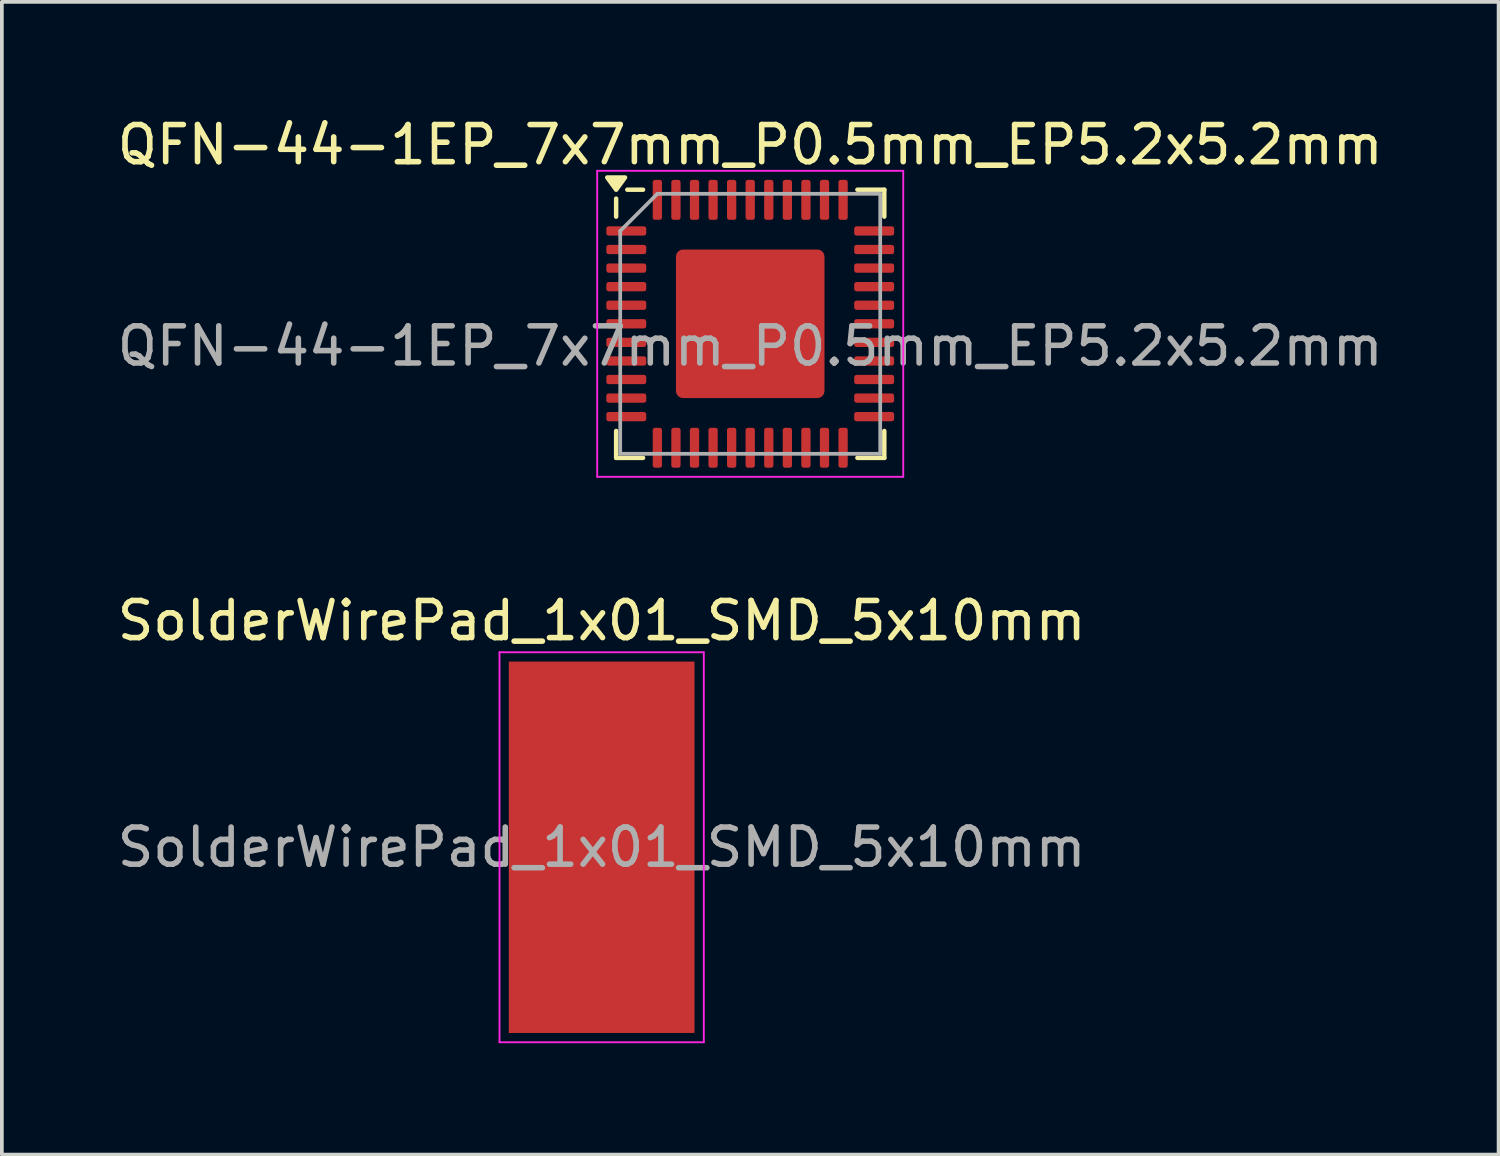
<source format=kicad_pcb>
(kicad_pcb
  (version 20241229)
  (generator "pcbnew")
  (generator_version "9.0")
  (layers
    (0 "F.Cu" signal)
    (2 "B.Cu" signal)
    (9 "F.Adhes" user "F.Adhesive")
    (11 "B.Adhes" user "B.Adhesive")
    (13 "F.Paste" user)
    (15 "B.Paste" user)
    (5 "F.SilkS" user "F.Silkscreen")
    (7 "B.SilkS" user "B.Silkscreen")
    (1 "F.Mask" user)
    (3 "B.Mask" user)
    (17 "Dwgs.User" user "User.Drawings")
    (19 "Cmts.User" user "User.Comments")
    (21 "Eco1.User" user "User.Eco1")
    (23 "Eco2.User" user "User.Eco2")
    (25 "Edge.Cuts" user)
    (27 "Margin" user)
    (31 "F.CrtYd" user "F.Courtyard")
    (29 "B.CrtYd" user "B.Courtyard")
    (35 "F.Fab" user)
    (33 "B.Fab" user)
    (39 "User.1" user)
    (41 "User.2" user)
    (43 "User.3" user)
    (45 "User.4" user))
  (footprint "QFN-44-1EP_7x7mm_P0.5mm_EP5.2x5.2mm"
    (layer "F.Cu")
    (at 17.149 5.668)
    (property "Reference" "QFN-44-1EP_7x7mm_P0.5mm_EP5.2x5.2mm" (at 0 -4.82 0) (layer "F.SilkS") (effects (font (size 1 1) (thickness 0.15))))
    (attr smd)
    (fp_line (start -3.61 -2.885) (end -3.61 -3.37) (stroke (width 0.12) (type solid)) (layer "F.SilkS"))
    (fp_line (start -3.61 3.61) (end -3.61 2.885) (stroke (width 0.12) (type solid)) (layer "F.SilkS"))
    (fp_line (start -2.885 -3.61) (end -3.31 -3.61) (stroke (width 0.12) (type solid)) (layer "F.SilkS"))
    (fp_line (start -2.885 3.61) (end -3.61 3.61) (stroke (width 0.12) (type solid)) (layer "F.SilkS"))
    (fp_line (start 2.885 -3.61) (end 3.61 -3.61) (stroke (width 0.12) (type solid)) (layer "F.SilkS"))
    (fp_line (start 2.885 3.61) (end 3.61 3.61) (stroke (width 0.12) (type solid)) (layer "F.SilkS"))
    (fp_line (start 3.61 -3.61) (end 3.61 -2.885) (stroke (width 0.12) (type solid)) (layer "F.SilkS"))
    (fp_line (start 3.61 3.61) (end 3.61 2.885) (stroke (width 0.12) (type solid)) (layer "F.SilkS"))
    (fp_poly (pts (xy -3.61 -3.61) (xy -3.85 -3.94) (xy -3.37 -3.94) (xy -3.61 -3.61)) (stroke (width 0.12) (type solid)) (fill yes) (layer "F.SilkS"))
    (fp_line (start -4.12 -4.12) (end -4.12 4.12) (stroke (width 0.05) (type solid)) (layer "F.CrtYd"))
    (fp_line (start -4.12 4.12) (end 4.12 4.12) (stroke (width 0.05) (type solid)) (layer "F.CrtYd"))
    (fp_line (start 4.12 -4.12) (end -4.12 -4.12) (stroke (width 0.05) (type solid)) (layer "F.CrtYd"))
    (fp_line (start 4.12 4.12) (end 4.12 -4.12) (stroke (width 0.05) (type solid)) (layer "F.CrtYd"))
    (fp_line (start -3.5 -2.5) (end -2.5 -3.5) (stroke (width 0.1) (type solid)) (layer "F.Fab"))
    (fp_line (start -3.5 3.5) (end -3.5 -2.5) (stroke (width 0.1) (type solid)) (layer "F.Fab"))
    (fp_line (start -2.5 -3.5) (end 3.5 -3.5) (stroke (width 0.1) (type solid)) (layer "F.Fab"))
    (fp_line (start 3.5 -3.5) (end 3.5 3.5) (stroke (width 0.1) (type solid)) (layer "F.Fab"))
    (fp_line (start 3.5 3.5) (end -3.5 3.5) (stroke (width 0.1) (type solid)) (layer "F.Fab"))
    (fp_text user "${REFERENCE}" (at 0 0.6 0) (layer "F.Fab") (effects (font (size 1 1) (thickness 0.15))))
    (pad "" smd roundrect (at -1.3 -1.3) (size 1.05 1.05) (layers "F.Paste") (roundrect_rratio 0.238))
    (pad "" smd roundrect (at -1.3 0) (size 1.05 1.05) (layers "F.Paste") (roundrect_rratio 0.238))
    (pad "" smd roundrect (at -1.3 1.3) (size 1.05 1.05) (layers "F.Paste") (roundrect_rratio 0.238))
    (pad "" smd roundrect (at 0 -1.3) (size 1.05 1.05) (layers "F.Paste") (roundrect_rratio 0.238))
    (pad "" smd roundrect (at 0 0) (size 1.05 1.05) (layers "F.Paste") (roundrect_rratio 0.238))
    (pad "" smd roundrect (at 0 1.3) (size 1.05 1.05) (layers "F.Paste") (roundrect_rratio 0.238))
    (pad "" smd roundrect (at 1.3 -1.3) (size 1.05 1.05) (layers "F.Paste") (roundrect_rratio 0.238))
    (pad "" smd roundrect (at 1.3 0) (size 1.05 1.05) (layers "F.Paste") (roundrect_rratio 0.238))
    (pad "" smd roundrect (at 1.3 1.3) (size 1.05 1.05) (layers "F.Paste") (roundrect_rratio 0.238))
    (pad "1" smd roundrect (at -3.337 -2.5) (size 1.075 0.25) (layers "F.Cu" "F.Mask" "F.Paste") (roundrect_rratio 0.25))
    (pad "2" smd roundrect (at -3.337 -2) (size 1.075 0.25) (layers "F.Cu" "F.Mask" "F.Paste") (roundrect_rratio 0.25))
    (pad "3" smd roundrect (at -3.337 -1.5) (size 1.075 0.25) (layers "F.Cu" "F.Mask" "F.Paste") (roundrect_rratio 0.25))
    (pad "4" smd roundrect (at -3.337 -1) (size 1.075 0.25) (layers "F.Cu" "F.Mask" "F.Paste") (roundrect_rratio 0.25))
    (pad "5" smd roundrect (at -3.337 -0.5) (size 1.075 0.25) (layers "F.Cu" "F.Mask" "F.Paste") (roundrect_rratio 0.25))
    (pad "6" smd roundrect (at -3.337 0) (size 1.075 0.25) (layers "F.Cu" "F.Mask" "F.Paste") (roundrect_rratio 0.25))
    (pad "7" smd roundrect (at -3.337 0.5) (size 1.075 0.25) (layers "F.Cu" "F.Mask" "F.Paste") (roundrect_rratio 0.25))
    (pad "8" smd roundrect (at -3.337 1) (size 1.075 0.25) (layers "F.Cu" "F.Mask" "F.Paste") (roundrect_rratio 0.25))
    (pad "9" smd roundrect (at -3.337 1.5) (size 1.075 0.25) (layers "F.Cu" "F.Mask" "F.Paste") (roundrect_rratio 0.25))
    (pad "10" smd roundrect (at -3.337 2) (size 1.075 0.25) (layers "F.Cu" "F.Mask" "F.Paste") (roundrect_rratio 0.25))
    (pad "11" smd roundrect (at -3.337 2.5) (size 1.075 0.25) (layers "F.Cu" "F.Mask" "F.Paste") (roundrect_rratio 0.25))
    (pad "12" smd roundrect (at -2.5 3.337) (size 0.25 1.075) (layers "F.Cu" "F.Mask" "F.Paste") (roundrect_rratio 0.25))
    (pad "13" smd roundrect (at -2 3.337) (size 0.25 1.075) (layers "F.Cu" "F.Mask" "F.Paste") (roundrect_rratio 0.25))
    (pad "14" smd roundrect (at -1.5 3.337) (size 0.25 1.075) (layers "F.Cu" "F.Mask" "F.Paste") (roundrect_rratio 0.25))
    (pad "15" smd roundrect (at -1 3.337) (size 0.25 1.075) (layers "F.Cu" "F.Mask" "F.Paste") (roundrect_rratio 0.25))
    (pad "16" smd roundrect (at -0.5 3.337) (size 0.25 1.075) (layers "F.Cu" "F.Mask" "F.Paste") (roundrect_rratio 0.25))
    (pad "17" smd roundrect (at 0 3.337) (size 0.25 1.075) (layers "F.Cu" "F.Mask" "F.Paste") (roundrect_rratio 0.25))
    (pad "18" smd roundrect (at 0.5 3.337) (size 0.25 1.075) (layers "F.Cu" "F.Mask" "F.Paste") (roundrect_rratio 0.25))
    (pad "19" smd roundrect (at 1 3.337) (size 0.25 1.075) (layers "F.Cu" "F.Mask" "F.Paste") (roundrect_rratio 0.25))
    (pad "20" smd roundrect (at 1.5 3.337) (size 0.25 1.075) (layers "F.Cu" "F.Mask" "F.Paste") (roundrect_rratio 0.25))
    (pad "21" smd roundrect (at 2 3.337) (size 0.25 1.075) (layers "F.Cu" "F.Mask" "F.Paste") (roundrect_rratio 0.25))
    (pad "22" smd roundrect (at 2.5 3.337) (size 0.25 1.075) (layers "F.Cu" "F.Mask" "F.Paste") (roundrect_rratio 0.25))
    (pad "23" smd roundrect (at 3.337 2.5) (size 1.075 0.25) (layers "F.Cu" "F.Mask" "F.Paste") (roundrect_rratio 0.25))
    (pad "24" smd roundrect (at 3.337 2) (size 1.075 0.25) (layers "F.Cu" "F.Mask" "F.Paste") (roundrect_rratio 0.25))
    (pad "25" smd roundrect (at 3.337 1.5) (size 1.075 0.25) (layers "F.Cu" "F.Mask" "F.Paste") (roundrect_rratio 0.25))
    (pad "26" smd roundrect (at 3.337 1) (size 1.075 0.25) (layers "F.Cu" "F.Mask" "F.Paste") (roundrect_rratio 0.25))
    (pad "27" smd roundrect (at 3.337 0.5) (size 1.075 0.25) (layers "F.Cu" "F.Mask" "F.Paste") (roundrect_rratio 0.25))
    (pad "28" smd roundrect (at 3.337 0) (size 1.075 0.25) (layers "F.Cu" "F.Mask" "F.Paste") (roundrect_rratio 0.25))
    (pad "29" smd roundrect (at 3.337 -0.5) (size 1.075 0.25) (layers "F.Cu" "F.Mask" "F.Paste") (roundrect_rratio 0.25))
    (pad "30" smd roundrect (at 3.337 -1) (size 1.075 0.25) (layers "F.Cu" "F.Mask" "F.Paste") (roundrect_rratio 0.25))
    (pad "31" smd roundrect (at 3.337 -1.5) (size 1.075 0.25) (layers "F.Cu" "F.Mask" "F.Paste") (roundrect_rratio 0.25))
    (pad "32" smd roundrect (at 3.337 -2) (size 1.075 0.25) (layers "F.Cu" "F.Mask" "F.Paste") (roundrect_rratio 0.25))
    (pad "33" smd roundrect (at 3.337 -2.5) (size 1.075 0.25) (layers "F.Cu" "F.Mask" "F.Paste") (roundrect_rratio 0.25))
    (pad "34" smd roundrect (at 2.5 -3.337) (size 0.25 1.075) (layers "F.Cu" "F.Mask" "F.Paste") (roundrect_rratio 0.25))
    (pad "35" smd roundrect (at 2 -3.337) (size 0.25 1.075) (layers "F.Cu" "F.Mask" "F.Paste") (roundrect_rratio 0.25))
    (pad "36" smd roundrect (at 1.5 -3.337) (size 0.25 1.075) (layers "F.Cu" "F.Mask" "F.Paste") (roundrect_rratio 0.25))
    (pad "37" smd roundrect (at 1 -3.337) (size 0.25 1.075) (layers "F.Cu" "F.Mask" "F.Paste") (roundrect_rratio 0.25))
    (pad "38" smd roundrect (at 0.5 -3.337) (size 0.25 1.075) (layers "F.Cu" "F.Mask" "F.Paste") (roundrect_rratio 0.25))
    (pad "39" smd roundrect (at 0 -3.337) (size 0.25 1.075) (layers "F.Cu" "F.Mask" "F.Paste") (roundrect_rratio 0.25))
    (pad "40" smd roundrect (at -0.5 -3.337) (size 0.25 1.075) (layers "F.Cu" "F.Mask" "F.Paste") (roundrect_rratio 0.25))
    (pad "41" smd roundrect (at -1 -3.337) (size 0.25 1.075) (layers "F.Cu" "F.Mask" "F.Paste") (roundrect_rratio 0.25))
    (pad "42" smd roundrect (at -1.5 -3.337) (size 0.25 1.075) (layers "F.Cu" "F.Mask" "F.Paste") (roundrect_rratio 0.25))
    (pad "43" smd roundrect (at -2 -3.337) (size 0.25 1.075) (layers "F.Cu" "F.Mask" "F.Paste") (roundrect_rratio 0.25))
    (pad "44" smd roundrect (at -2.5 -3.337) (size 0.25 1.075) (layers "F.Cu" "F.Mask" "F.Paste") (roundrect_rratio 0.25))
    (pad "45" smd roundrect (at 0 0) (size 4 4) (layers "F.Cu" "F.Mask") (roundrect_rratio 0.048)))
  (footprint "SolderWirePad_1x01_SMD_5x10mm"
    (layer "F.Cu")
    (at 13.149 19.762)
    (property "Reference" "SolderWirePad_1x01_SMD_5x10mm" (at 0 -6.1 0) (layer "F.SilkS") (effects (font (size 1 1) (thickness 0.15))))
    (attr smd exclude_from_pos_files exclude_from_bom)
    (fp_line (start -2.75 -5.25) (end -2.75 5.25) (stroke (width 0.05) (type solid)) (layer "F.CrtYd"))
    (fp_line (start -2.75 5.25) (end 2.75 5.25) (stroke (width 0.05) (type solid)) (layer "F.CrtYd"))
    (fp_line (start 2.75 -5.25) (end -2.75 -5.25) (stroke (width 0.05) (type solid)) (layer "F.CrtYd"))
    (fp_line (start 2.75 5.25) (end 2.75 -5.25) (stroke (width 0.05) (type solid)) (layer "F.CrtYd"))
    (fp_text user "${REFERENCE}" (at 0 0 0) (layer "F.Fab") (effects (font (size 1 1) (thickness 0.15))))
    (pad "1" smd rect (at 0 0) (size 5 10) (layers "F.Cu" "F.Mask" "F.Paste")))
  (gr_rect
    (start -3 -3)
    (end 37.298 28.037)
    (stroke (width 0.1) (type default))
    (fill no)
    (layer "Edge.Cuts")))
</source>
